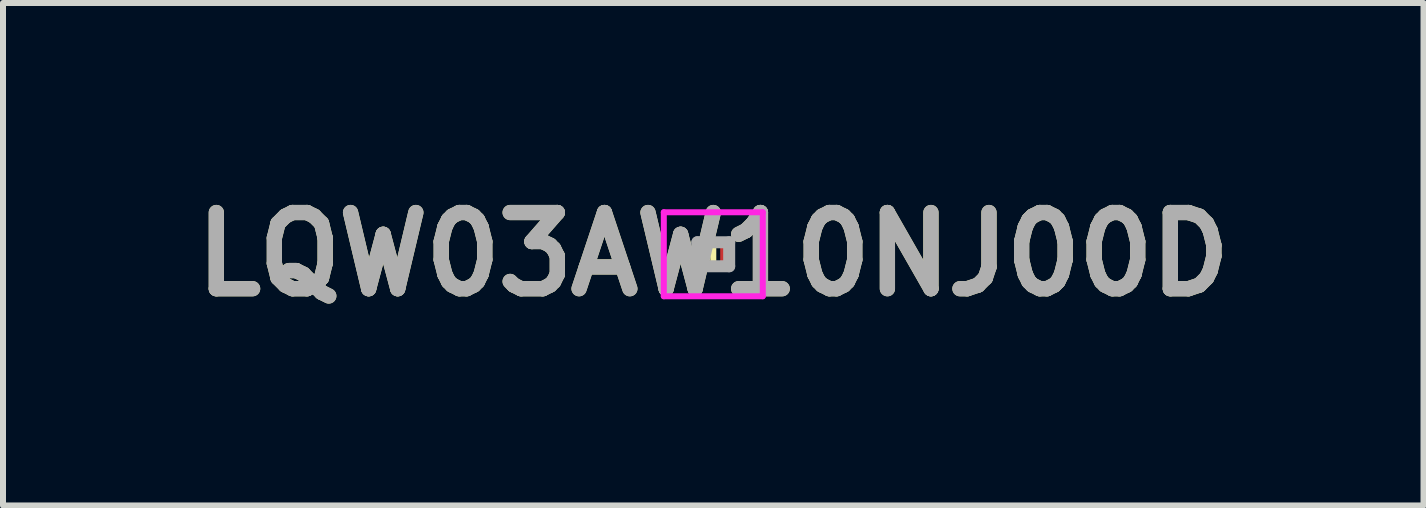
<source format=kicad_pcb>
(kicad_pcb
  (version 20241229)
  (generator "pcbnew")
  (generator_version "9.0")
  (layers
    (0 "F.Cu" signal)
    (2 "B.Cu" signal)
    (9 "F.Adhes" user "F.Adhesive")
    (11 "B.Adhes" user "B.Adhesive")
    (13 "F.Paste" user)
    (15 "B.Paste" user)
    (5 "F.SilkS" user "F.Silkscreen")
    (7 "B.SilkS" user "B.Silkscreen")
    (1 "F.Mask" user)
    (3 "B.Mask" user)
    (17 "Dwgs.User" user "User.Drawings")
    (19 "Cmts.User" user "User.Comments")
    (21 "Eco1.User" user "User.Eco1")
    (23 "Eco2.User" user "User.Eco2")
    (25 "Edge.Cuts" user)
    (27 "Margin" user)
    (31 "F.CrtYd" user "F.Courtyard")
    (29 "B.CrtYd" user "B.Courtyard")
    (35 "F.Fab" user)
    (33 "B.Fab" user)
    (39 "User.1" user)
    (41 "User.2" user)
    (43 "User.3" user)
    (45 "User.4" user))
  (footprint "LQW03AW10NJ00D"
    (layer "F.Cu")
    (at 8.842 1.189)
    (property "Reference" "LQW03AW10NJ00D" (at 0 0 0) (layer "F.SilkS") (effects (font (size 1.27 1.27) (thickness 0.254))))
    (attr smd)
    (fp_line (start 0 -0.2) (end 0 0.2) (stroke (width 0.1) (type solid)) (layer "F.SilkS"))
    (fp_line (start -0.825 -0.7) (end 0.825 -0.7) (stroke (width 0.1) (type solid)) (layer "F.CrtYd"))
    (fp_line (start -0.825 0.7) (end -0.825 -0.7) (stroke (width 0.1) (type solid)) (layer "F.CrtYd"))
    (fp_line (start 0.825 -0.7) (end 0.825 0.7) (stroke (width 0.1) (type solid)) (layer "F.CrtYd"))
    (fp_line (start 0.825 0.7) (end -0.825 0.7) (stroke (width 0.1) (type solid)) (layer "F.CrtYd"))
    (fp_line (start -0.265 -0.2) (end 0.265 -0.2) (stroke (width 0.2) (type solid)) (layer "F.Fab"))
    (fp_line (start -0.265 0.2) (end -0.265 -0.2) (stroke (width 0.2) (type solid)) (layer "F.Fab"))
    (fp_line (start 0.265 -0.2) (end 0.265 0.2) (stroke (width 0.2) (type solid)) (layer "F.Fab"))
    (fp_line (start 0.265 0.2) (end -0.265 0.2) (stroke (width 0.2) (type solid)) (layer "F.Fab"))
    (fp_text user "${REFERENCE}" (at 0 0 0) (layer "F.Fab") (effects (font (size 1.27 1.27) (thickness 0.254))))
    (pad "1" smd rect (at -0.22 0) (size 0.21 0.4) (layers "F.Cu" "F.Mask" "F.Paste"))
    (pad "2" smd rect (at 0.22 0) (size 0.21 0.4) (layers "F.Cu" "F.Mask" "F.Paste")))
  (gr_rect
    (start -3 -3)
    (end 20.683 5.377)
    (stroke (width 0.1) (type default))
    (fill no)
    (layer "Edge.Cuts")))
</source>
